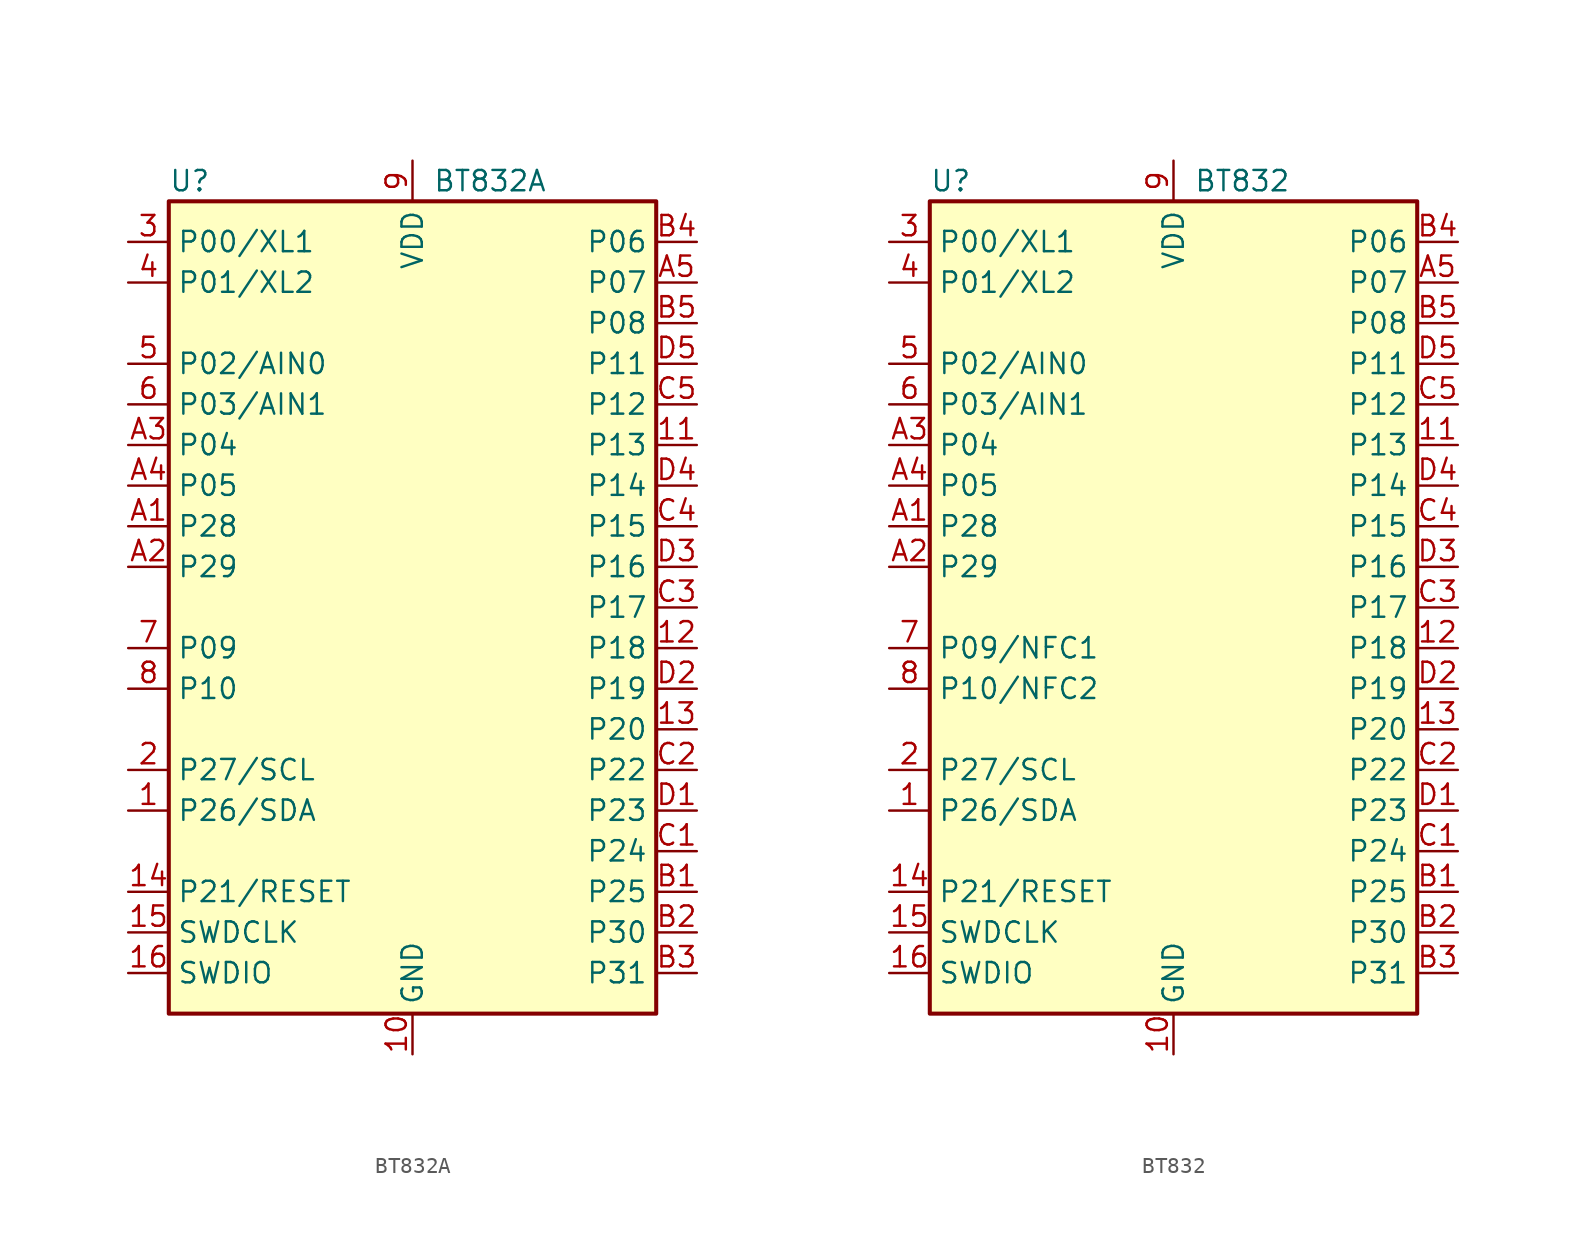
<source format=kicad_sym>
(kicad_symbol_lib
  (version 20231120)
  (generator "kicad_symbol_editor")
  (generator_version "8.0")
  (symbol "BT832A"
    (property "Reference" "U"
      (at -15.24 26.67 0)
      (effects (font (size 1.27 1.27)) (justify left)))
    (property "Value" "BT832A"
      (at 1.27 26.67 0)
      (effects (font (size 1.27 1.27)) (justify left)))
    (symbol "BT832A_0_1"
      (rectangle (start -15.24 25.4) (end 15.24 -25.4) (stroke (width 0.254) (type default)) (fill (type background))))
    (symbol "BT832A_1_1"
      (pin bidirectional line (at -17.78 -12.7 0) (length 2.54) (name "P26/SDA" (effects (font (size 1.27 1.27)))) (number "1" (effects (font (size 1.27 1.27)))) (alternate "P0.26" bidirectional line))
      (pin power_in line (at 0 -27.94 90) (length 2.54) (name "GND" (effects (font (size 1.27 1.27)))) (number "10" (effects (font (size 1.27 1.27)))))
      (pin bidirectional line (at 17.78 10.16 180) (length 2.54) (name "P13" (effects (font (size 1.27 1.27)))) (number "11" (effects (font (size 1.27 1.27)))))
      (pin bidirectional line (at 17.78 -2.54 180) (length 2.54) (name "P18" (effects (font (size 1.27 1.27)))) (number "12" (effects (font (size 1.27 1.27)))))
      (pin bidirectional line (at 17.78 -7.62 180) (length 2.54) (name "P20" (effects (font (size 1.27 1.27)))) (number "13" (effects (font (size 1.27 1.27)))))
      (pin bidirectional line (at -17.78 -17.78 0) (length 2.54) (name "P21/RESET" (effects (font (size 1.27 1.27)))) (number "14" (effects (font (size 1.27 1.27)))))
      (pin input line (at -17.78 -20.32 0) (length 2.54) (name "SWDCLK" (effects (font (size 1.27 1.27)))) (number "15" (effects (font (size 1.27 1.27)))))
      (pin bidirectional line (at -17.78 -22.86 0) (length 2.54) (name "SWDIO" (effects (font (size 1.27 1.27)))) (number "16" (effects (font (size 1.27 1.27)))))
      (pin bidirectional line (at -17.78 -10.16 0) (length 2.54) (name "P27/SCL" (effects (font (size 1.27 1.27)))) (number "2" (effects (font (size 1.27 1.27)))) (alternate "P0.27" bidirectional line))
      (pin bidirectional line (at -17.78 22.86 0) (length 2.54) (name "P00/XL1" (effects (font (size 1.27 1.27)))) (number "3" (effects (font (size 1.27 1.27)))))
      (pin bidirectional line (at -17.78 20.32 0) (length 2.54) (name "P01/XL2" (effects (font (size 1.27 1.27)))) (number "4" (effects (font (size 1.27 1.27)))))
      (pin bidirectional line (at -17.78 15.24 0) (length 2.54) (name "P02/AIN0" (effects (font (size 1.27 1.27)))) (number "5" (effects (font (size 1.27 1.27)))))
      (pin bidirectional line (at -17.78 12.7 0) (length 2.54) (name "P03/AIN1" (effects (font (size 1.27 1.27)))) (number "6" (effects (font (size 1.27 1.27)))))
      (pin bidirectional line (at -17.78 -2.54 0) (length 2.54) (name "P09" (effects (font (size 1.27 1.27)))) (number "7" (effects (font (size 1.27 1.27)))))
      (pin bidirectional line (at -17.78 -5.08 0) (length 2.54) (name "P10" (effects (font (size 1.27 1.27)))) (number "8" (effects (font (size 1.27 1.27)))))
      (pin power_in line (at 0 27.94 270) (length 2.54) (name "VDD" (effects (font (size 1.27 1.27)))) (number "9" (effects (font (size 1.27 1.27)))))
      (pin passive line (at 0 -27.94 90) (length 2.54) hide (name "GND" (effects (font (size 1.27 1.27)))) (number "A0" (effects (font (size 1.27 1.27)))))
      (pin bidirectional line (at -17.78 5.08 0) (length 2.54) (name "P28" (effects (font (size 1.27 1.27)))) (number "A1" (effects (font (size 1.27 1.27)))))
      (pin bidirectional line (at -17.78 2.54 0) (length 2.54) (name "P29" (effects (font (size 1.27 1.27)))) (number "A2" (effects (font (size 1.27 1.27)))))
      (pin bidirectional line (at -17.78 10.16 0) (length 2.54) (name "P04" (effects (font (size 1.27 1.27)))) (number "A3" (effects (font (size 1.27 1.27)))))
      (pin bidirectional line (at -17.78 7.62 0) (length 2.54) (name "P05" (effects (font (size 1.27 1.27)))) (number "A4" (effects (font (size 1.27 1.27)))))
      (pin bidirectional line (at 17.78 20.32 180) (length 2.54) (name "P07" (effects (font (size 1.27 1.27)))) (number "A5" (effects (font (size 1.27 1.27)))))
      (pin passive line (at 0 -27.94 90) (length 2.54) hide (name "GND" (effects (font (size 1.27 1.27)))) (number "B0" (effects (font (size 1.27 1.27)))))
      (pin bidirectional line (at 17.78 -17.78 180) (length 2.54) (name "P25" (effects (font (size 1.27 1.27)))) (number "B1" (effects (font (size 1.27 1.27)))))
      (pin bidirectional line (at 17.78 -20.32 180) (length 2.54) (name "P30" (effects (font (size 1.27 1.27)))) (number "B2" (effects (font (size 1.27 1.27)))))
      (pin bidirectional line (at 17.78 -22.86 180) (length 2.54) (name "P31" (effects (font (size 1.27 1.27)))) (number "B3" (effects (font (size 1.27 1.27)))))
      (pin bidirectional line (at 17.78 22.86 180) (length 2.54) (name "P06" (effects (font (size 1.27 1.27)))) (number "B4" (effects (font (size 1.27 1.27)))))
      (pin bidirectional line (at 17.78 17.78 180) (length 2.54) (name "P08" (effects (font (size 1.27 1.27)))) (number "B5" (effects (font (size 1.27 1.27)))))
      (pin passive line (at 0 -27.94 90) (length 2.54) hide (name "GND" (effects (font (size 1.27 1.27)))) (number "C0" (effects (font (size 1.27 1.27)))))
      (pin bidirectional line (at 17.78 -15.24 180) (length 2.54) (name "P24" (effects (font (size 1.27 1.27)))) (number "C1" (effects (font (size 1.27 1.27)))))
      (pin bidirectional line (at 17.78 -10.16 180) (length 2.54) (name "P22" (effects (font (size 1.27 1.27)))) (number "C2" (effects (font (size 1.27 1.27)))))
      (pin bidirectional line (at 17.78 0 180) (length 2.54) (name "P17" (effects (font (size 1.27 1.27)))) (number "C3" (effects (font (size 1.27 1.27)))))
      (pin bidirectional line (at 17.78 5.08 180) (length 2.54) (name "P15" (effects (font (size 1.27 1.27)))) (number "C4" (effects (font (size 1.27 1.27)))))
      (pin bidirectional line (at 17.78 12.7 180) (length 2.54) (name "P12" (effects (font (size 1.27 1.27)))) (number "C5" (effects (font (size 1.27 1.27)))))
      (pin passive line (at 0 -27.94 90) (length 2.54) hide (name "GND" (effects (font (size 1.27 1.27)))) (number "D0" (effects (font (size 1.27 1.27)))))
      (pin bidirectional line (at 17.78 -12.7 180) (length 2.54) (name "P23" (effects (font (size 1.27 1.27)))) (number "D1" (effects (font (size 1.27 1.27)))))
      (pin bidirectional line (at 17.78 -5.08 180) (length 2.54) (name "P19" (effects (font (size 1.27 1.27)))) (number "D2" (effects (font (size 1.27 1.27)))))
      (pin bidirectional line (at 17.78 2.54 180) (length 2.54) (name "P16" (effects (font (size 1.27 1.27)))) (number "D3" (effects (font (size 1.27 1.27)))))
      (pin bidirectional line (at 17.78 7.62 180) (length 2.54) (name "P14" (effects (font (size 1.27 1.27)))) (number "D4" (effects (font (size 1.27 1.27)))))
      (pin bidirectional line (at 17.78 15.24 180) (length 2.54) (name "P11" (effects (font (size 1.27 1.27)))) (number "D5" (effects (font (size 1.27 1.27)))))))
  (symbol "BT832"
    (property "Reference" "U"
      (at -15.24 26.67 0)
      (effects (font (size 1.27 1.27)) (justify left)))
    (property "Value" "BT832"
      (at 1.27 26.67 0)
      (effects (font (size 1.27 1.27)) (justify left)))
    (symbol "BT832_0_1"
      (rectangle (start -15.24 25.4) (end 15.24 -25.4) (stroke (width 0.254) (type default)) (fill (type background))))
    (symbol "BT832_1_1"
      (pin bidirectional line (at -17.78 -12.7 0) (length 2.54) (name "P26/SDA" (effects (font (size 1.27 1.27)))) (number "1" (effects (font (size 1.27 1.27)))) (alternate "P0.26" bidirectional line))
      (pin power_in line (at 0 -27.94 90) (length 2.54) (name "GND" (effects (font (size 1.27 1.27)))) (number "10" (effects (font (size 1.27 1.27)))))
      (pin bidirectional line (at 17.78 10.16 180) (length 2.54) (name "P13" (effects (font (size 1.27 1.27)))) (number "11" (effects (font (size 1.27 1.27)))))
      (pin bidirectional line (at 17.78 -2.54 180) (length 2.54) (name "P18" (effects (font (size 1.27 1.27)))) (number "12" (effects (font (size 1.27 1.27)))))
      (pin bidirectional line (at 17.78 -7.62 180) (length 2.54) (name "P20" (effects (font (size 1.27 1.27)))) (number "13" (effects (font (size 1.27 1.27)))))
      (pin bidirectional line (at -17.78 -17.78 0) (length 2.54) (name "P21/RESET" (effects (font (size 1.27 1.27)))) (number "14" (effects (font (size 1.27 1.27)))))
      (pin input line (at -17.78 -20.32 0) (length 2.54) (name "SWDCLK" (effects (font (size 1.27 1.27)))) (number "15" (effects (font (size 1.27 1.27)))))
      (pin bidirectional line (at -17.78 -22.86 0) (length 2.54) (name "SWDIO" (effects (font (size 1.27 1.27)))) (number "16" (effects (font (size 1.27 1.27)))))
      (pin bidirectional line (at -17.78 -10.16 0) (length 2.54) (name "P27/SCL" (effects (font (size 1.27 1.27)))) (number "2" (effects (font (size 1.27 1.27)))) (alternate "P0.27" bidirectional line))
      (pin bidirectional line (at -17.78 22.86 0) (length 2.54) (name "P00/XL1" (effects (font (size 1.27 1.27)))) (number "3" (effects (font (size 1.27 1.27)))))
      (pin bidirectional line (at -17.78 20.32 0) (length 2.54) (name "P01/XL2" (effects (font (size 1.27 1.27)))) (number "4" (effects (font (size 1.27 1.27)))))
      (pin bidirectional line (at -17.78 15.24 0) (length 2.54) (name "P02/AIN0" (effects (font (size 1.27 1.27)))) (number "5" (effects (font (size 1.27 1.27)))))
      (pin bidirectional line (at -17.78 12.7 0) (length 2.54) (name "P03/AIN1" (effects (font (size 1.27 1.27)))) (number "6" (effects (font (size 1.27 1.27)))))
      (pin bidirectional line (at -17.78 -2.54 0) (length 2.54) (name "P09/NFC1" (effects (font (size 1.27 1.27)))) (number "7" (effects (font (size 1.27 1.27)))))
      (pin bidirectional line (at -17.78 -5.08 0) (length 2.54) (name "P10/NFC2" (effects (font (size 1.27 1.27)))) (number "8" (effects (font (size 1.27 1.27)))))
      (pin power_in line (at 0 27.94 270) (length 2.54) (name "VDD" (effects (font (size 1.27 1.27)))) (number "9" (effects (font (size 1.27 1.27)))))
      (pin passive line (at 0 -27.94 90) (length 2.54) hide (name "GND" (effects (font (size 1.27 1.27)))) (number "A0" (effects (font (size 1.27 1.27)))))
      (pin bidirectional line (at -17.78 5.08 0) (length 2.54) (name "P28" (effects (font (size 1.27 1.27)))) (number "A1" (effects (font (size 1.27 1.27)))))
      (pin bidirectional line (at -17.78 2.54 0) (length 2.54) (name "P29" (effects (font (size 1.27 1.27)))) (number "A2" (effects (font (size 1.27 1.27)))))
      (pin bidirectional line (at -17.78 10.16 0) (length 2.54) (name "P04" (effects (font (size 1.27 1.27)))) (number "A3" (effects (font (size 1.27 1.27)))))
      (pin bidirectional line (at -17.78 7.62 0) (length 2.54) (name "P05" (effects (font (size 1.27 1.27)))) (number "A4" (effects (font (size 1.27 1.27)))))
      (pin bidirectional line (at 17.78 20.32 180) (length 2.54) (name "P07" (effects (font (size 1.27 1.27)))) (number "A5" (effects (font (size 1.27 1.27)))))
      (pin passive line (at 0 -27.94 90) (length 2.54) hide (name "GND" (effects (font (size 1.27 1.27)))) (number "B0" (effects (font (size 1.27 1.27)))))
      (pin bidirectional line (at 17.78 -17.78 180) (length 2.54) (name "P25" (effects (font (size 1.27 1.27)))) (number "B1" (effects (font (size 1.27 1.27)))))
      (pin bidirectional line (at 17.78 -20.32 180) (length 2.54) (name "P30" (effects (font (size 1.27 1.27)))) (number "B2" (effects (font (size 1.27 1.27)))))
      (pin bidirectional line (at 17.78 -22.86 180) (length 2.54) (name "P31" (effects (font (size 1.27 1.27)))) (number "B3" (effects (font (size 1.27 1.27)))))
      (pin bidirectional line (at 17.78 22.86 180) (length 2.54) (name "P06" (effects (font (size 1.27 1.27)))) (number "B4" (effects (font (size 1.27 1.27)))))
      (pin bidirectional line (at 17.78 17.78 180) (length 2.54) (name "P08" (effects (font (size 1.27 1.27)))) (number "B5" (effects (font (size 1.27 1.27)))))
      (pin passive line (at 0 -27.94 90) (length 2.54) hide (name "GND" (effects (font (size 1.27 1.27)))) (number "C0" (effects (font (size 1.27 1.27)))))
      (pin bidirectional line (at 17.78 -15.24 180) (length 2.54) (name "P24" (effects (font (size 1.27 1.27)))) (number "C1" (effects (font (size 1.27 1.27)))))
      (pin bidirectional line (at 17.78 -10.16 180) (length 2.54) (name "P22" (effects (font (size 1.27 1.27)))) (number "C2" (effects (font (size 1.27 1.27)))))
      (pin bidirectional line (at 17.78 0 180) (length 2.54) (name "P17" (effects (font (size 1.27 1.27)))) (number "C3" (effects (font (size 1.27 1.27)))))
      (pin bidirectional line (at 17.78 5.08 180) (length 2.54) (name "P15" (effects (font (size 1.27 1.27)))) (number "C4" (effects (font (size 1.27 1.27)))))
      (pin bidirectional line (at 17.78 12.7 180) (length 2.54) (name "P12" (effects (font (size 1.27 1.27)))) (number "C5" (effects (font (size 1.27 1.27)))))
      (pin passive line (at 0 -27.94 90) (length 2.54) hide (name "GND" (effects (font (size 1.27 1.27)))) (number "D0" (effects (font (size 1.27 1.27)))))
      (pin bidirectional line (at 17.78 -12.7 180) (length 2.54) (name "P23" (effects (font (size 1.27 1.27)))) (number "D1" (effects (font (size 1.27 1.27)))))
      (pin bidirectional line (at 17.78 -5.08 180) (length 2.54) (name "P19" (effects (font (size 1.27 1.27)))) (number "D2" (effects (font (size 1.27 1.27)))))
      (pin bidirectional line (at 17.78 2.54 180) (length 2.54) (name "P16" (effects (font (size 1.27 1.27)))) (number "D3" (effects (font (size 1.27 1.27)))))
      (pin bidirectional line (at 17.78 7.62 180) (length 2.54) (name "P14" (effects (font (size 1.27 1.27)))) (number "D4" (effects (font (size 1.27 1.27)))))
      (pin bidirectional line (at 17.78 15.24 180) (length 2.54) (name "P11" (effects (font (size 1.27 1.27)))) (number "D5" (effects (font (size 1.27 1.27))))))))
</source>
